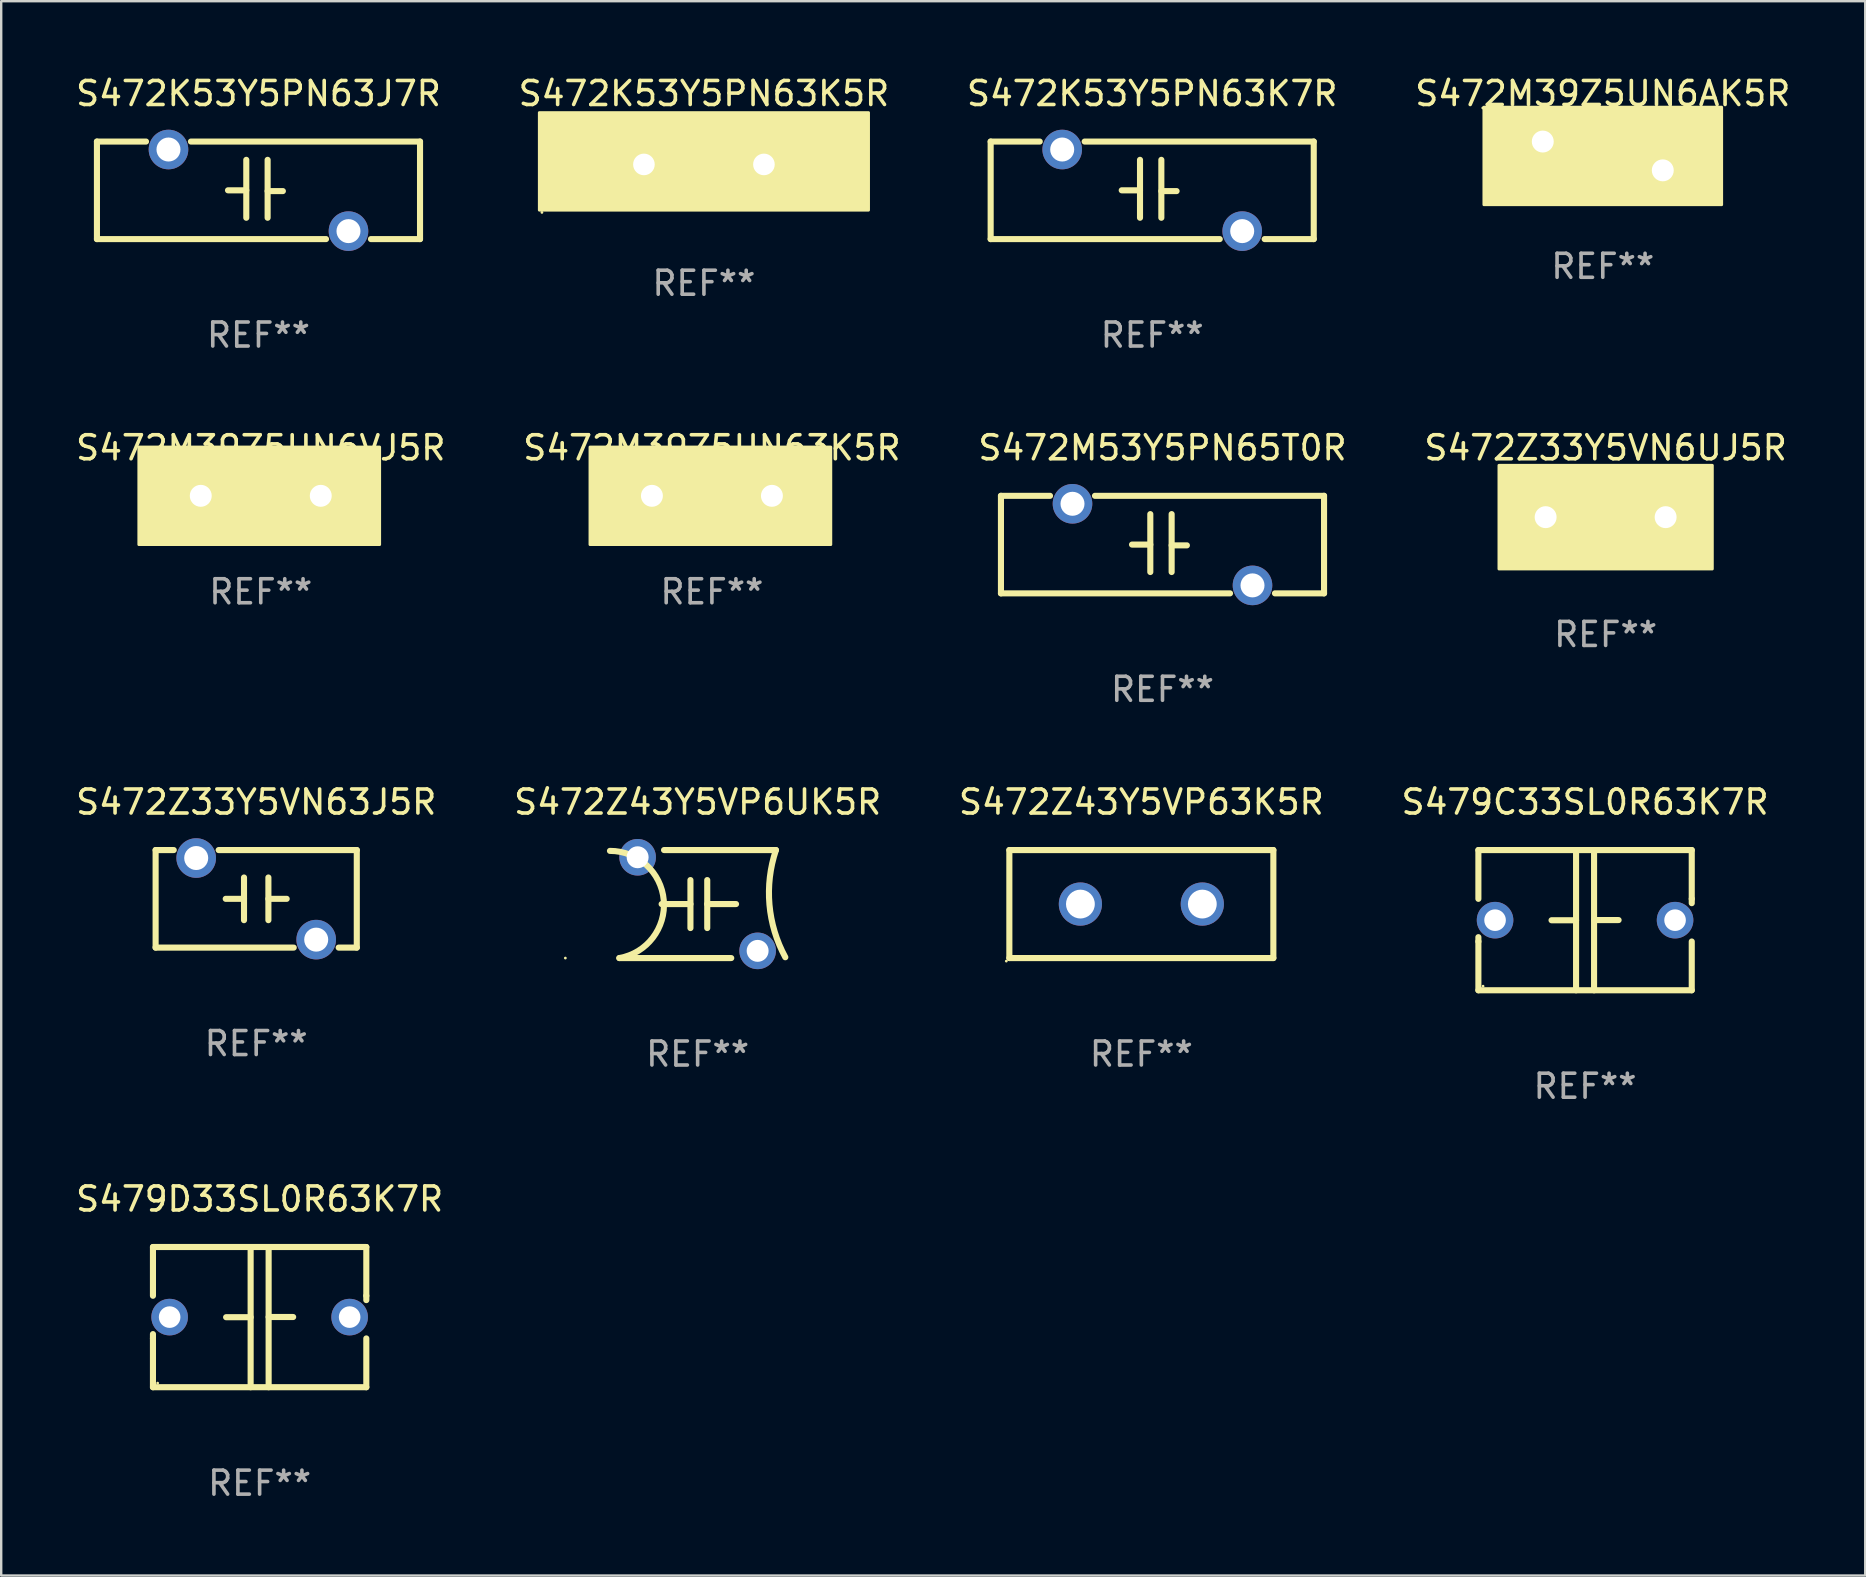
<source format=kicad_pcb>
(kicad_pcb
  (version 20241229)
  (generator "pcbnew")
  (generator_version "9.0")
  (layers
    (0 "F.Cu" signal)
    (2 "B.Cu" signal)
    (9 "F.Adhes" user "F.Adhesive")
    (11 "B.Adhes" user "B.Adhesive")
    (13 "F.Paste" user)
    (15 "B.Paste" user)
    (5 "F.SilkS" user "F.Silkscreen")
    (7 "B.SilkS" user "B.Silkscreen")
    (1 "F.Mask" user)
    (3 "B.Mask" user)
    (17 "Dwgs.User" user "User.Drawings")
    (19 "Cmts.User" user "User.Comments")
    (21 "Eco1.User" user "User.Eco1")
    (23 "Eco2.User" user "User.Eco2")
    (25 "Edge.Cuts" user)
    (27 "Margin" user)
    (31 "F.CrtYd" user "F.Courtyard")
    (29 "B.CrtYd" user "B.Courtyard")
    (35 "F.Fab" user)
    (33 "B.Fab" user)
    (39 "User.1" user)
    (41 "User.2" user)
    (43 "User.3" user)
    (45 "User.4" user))
  (footprint "S472M39Z5UN6VJ5R"
    (layer "F.Cu")
    (at 7.815 17.609)
    (property "Reference" "S472M39Z5UN6VJ5R" (at 0 -2 0) (layer "F.SilkS") (effects (font (size 1 1) (thickness 0.15))))
    (attr through_hole)
    (fp_circle (center -5 2) (end -4.97 2) (stroke (width 0.06) (type solid)) (fill no) (layer "F.SilkS"))
    (fp_poly (pts (xy -5.08 -2.032) (xy 4.953 -2.032) (xy 4.953 2.032) (xy -5.08 2.032)) (stroke (width 0.12) (type solid)) (fill yes) (layer "F.SilkS"))
    (fp_text user "REF**" (at 0 4 0) (layer "F.Fab") (effects (font (size 1 1) (thickness 0.15))))
    (pad "1" thru_hole circle (at -2.5 0) (size 1.524 1.524) (drill 0.914) (layers "*.Cu" "*.Mask"))
    (pad "2" thru_hole circle (at 2.5 0) (size 1.524 1.524) (drill 0.914) (layers "*.Cu" "*.Mask")))
  (footprint "S472M53Y5PN65T0R"
    (layer "F.Cu")
    (at 45.387 19.641)
    (property "Reference" "S472M53Y5PN65T0R" (at 0 -4.032 0) (layer "F.SilkS") (effects (font (size 1 1) (thickness 0.15))))
    (attr through_hole)
    (fp_line (start -6.731 -2.032) (end -4.686 -2.032) (stroke (width 0.254) (type solid)) (layer "F.SilkS"))
    (fp_line (start -6.731 2.032) (end -6.731 -2.032) (stroke (width 0.254) (type solid)) (layer "F.SilkS"))
    (fp_line (start -2.814 -2.032) (end 6.731 -2.032) (stroke (width 0.254) (type solid)) (layer "F.SilkS"))
    (fp_line (start -1.27 0) (end -0.508 0) (stroke (width 0.254) (type solid)) (layer "F.SilkS"))
    (fp_line (start -0.508 1.143) (end -0.508 -1.27) (stroke (width 0.254) (type solid)) (layer "F.SilkS"))
    (fp_line (start 0.381 0.032) (end 1.016 0.032) (stroke (width 0.254) (type solid)) (layer "F.SilkS"))
    (fp_line (start 0.381 1.143) (end 0.381 -1.27) (stroke (width 0.254) (type solid)) (layer "F.SilkS"))
    (fp_line (start 2.814 2.032) (end -6.731 2.032) (stroke (width 0.254) (type solid)) (layer "F.SilkS"))
    (fp_line (start 6.731 -2.032) (end 6.731 2.032) (stroke (width 0.254) (type solid)) (layer "F.SilkS"))
    (fp_line (start 6.731 2.032) (end 4.686 2.032) (stroke (width 0.254) (type solid)) (layer "F.SilkS"))
    (fp_circle (center -6.75 -2) (end -6.72 -2) (stroke (width 0.06) (type solid)) (fill no) (layer "F.SilkS"))
    (fp_text user "REF**" (at 0 6.032 0) (layer "F.Fab") (effects (font (size 1 1) (thickness 0.15))))
    (pad "1" thru_hole circle (at -3.75 -1.7) (size 1.65 1.65) (drill 1) (layers "*.Cu" "*.Mask"))
    (pad "2" thru_hole circle (at 3.75 1.7) (size 1.65 1.65) (drill 1) (layers "*.Cu" "*.Mask")))
  (footprint "S472Z33Y5VN63J5R"
    (layer "F.Cu")
    (at 7.625 34.401)
    (property "Reference" "S472Z33Y5VN63J5R" (at 0 -4.032 0) (layer "F.SilkS") (effects (font (size 1 1) (thickness 0.15))))
    (attr through_hole)
    (fp_line (start -4.191 -2.032) (end -3.436 -2.032) (stroke (width 0.254) (type solid)) (layer "F.SilkS"))
    (fp_line (start -4.191 2.032) (end -4.191 -2.032) (stroke (width 0.254) (type solid)) (layer "F.SilkS"))
    (fp_line (start -1.564 -2.032) (end 4.191 -2.032) (stroke (width 0.254) (type solid)) (layer "F.SilkS"))
    (fp_line (start -0.508 0) (end -1.27 0) (stroke (width 0.254) (type solid)) (layer "F.SilkS"))
    (fp_line (start -0.508 0.889) (end -0.508 -0.889) (stroke (width 0.254) (type solid)) (layer "F.SilkS"))
    (fp_line (start 0.508 -0.889) (end 0.508 0.889) (stroke (width 0.254) (type solid)) (layer "F.SilkS"))
    (fp_line (start 0.508 0) (end 1.27 0) (stroke (width 0.254) (type solid)) (layer "F.SilkS"))
    (fp_line (start 1.564 2.032) (end -4.191 2.032) (stroke (width 0.254) (type solid)) (layer "F.SilkS"))
    (fp_line (start 4.191 -2.032) (end 4.191 2.032) (stroke (width 0.254) (type solid)) (layer "F.SilkS"))
    (fp_line (start 4.191 2.032) (end 3.436 2.032) (stroke (width 0.254) (type solid)) (layer "F.SilkS"))
    (fp_circle (center -4.25 2) (end -4.22 2) (stroke (width 0.06) (type solid)) (fill no) (layer "F.SilkS"))
    (fp_text user "REF**" (at 0 6.032 0) (layer "F.Fab") (effects (font (size 1 1) (thickness 0.15))))
    (pad "1" thru_hole circle (at -2.5 -1.7) (size 1.65 1.65) (drill 1) (layers "*.Cu" "*.Mask"))
    (pad "2" thru_hole circle (at 2.5 1.7) (size 1.65 1.65) (drill 1) (layers "*.Cu" "*.Mask")))
  (footprint "S472K53Y5PN63K5R"
    (layer "F.Cu")
    (at 26.28 3.801)
    (property "Reference" "S472K53Y5PN63K5R" (at 0 -2.953 0) (layer "F.SilkS") (effects (font (size 1 1) (thickness 0.15))))
    (attr through_hole)
    (fp_line (start -0.508 0.000025) (end -1.397 0.000025) (stroke (width 0.254) (type solid)) (layer "F.SilkS"))
    (fp_line (start -0.508 0.953) (end -0.508 -0.953) (stroke (width 0.254) (type solid)) (layer "F.SilkS"))
    (fp_line (start 0.508 -0.953) (end 0.508 0.953) (stroke (width 0.254) (type solid)) (layer "F.SilkS"))
    (fp_line (start 0.508 -0.000025) (end 1.397 -0.000025) (stroke (width 0.254) (type solid)) (layer "F.SilkS"))
    (fp_circle (center -6.75 2) (end -6.72 2) (stroke (width 0.06) (type solid)) (fill no) (layer "F.SilkS"))
    (fp_poly (pts (xy -6.858 -2.159) (xy 6.858 -2.159) (xy 6.858 1.905) (xy -6.858 1.905)) (stroke (width 0.12) (type solid)) (fill yes) (layer "F.SilkS"))
    (fp_text user "REF**" (at 0 4.953 0) (layer "F.Fab") (effects (font (size 1 1) (thickness 0.15))))
    (pad "1" thru_hole circle (at -2.5 0) (size 1.5 1.5) (drill 0.9) (layers "*.Cu" "*.Mask"))
    (pad "2" thru_hole circle (at 2.5 0) (size 1.5 1.5) (drill 0.9) (layers "*.Cu" "*.Mask")))
  (footprint "S472Z43Y5VP6UK5R"
    (layer "F.Cu")
    (at 26.018 34.619)
    (property "Reference" "S472Z43Y5VP6UK5R" (at 0 -4.25 0) (layer "F.SilkS") (effects (font (size 1 1) (thickness 0.15))))
    (attr through_hole)
    (fp_line (start -3.262 2.25) (end 1.4 2.25) (stroke (width 0.254) (type solid)) (layer "F.SilkS"))
    (fp_line (start -1.5 0) (end -0.3 0) (stroke (width 0.254) (type solid)) (layer "F.SilkS"))
    (fp_line (start -0.3 -1) (end -0.3 1) (stroke (width 0.254) (type solid)) (layer "F.SilkS"))
    (fp_line (start 0.4 -1) (end 0.4 1) (stroke (width 0.254) (type solid)) (layer "F.SilkS"))
    (fp_line (start 1.6 0) (end 0.4 0) (stroke (width 0.254) (type solid)) (layer "F.SilkS"))
    (fp_line (start 3.262 -2.25) (end -1.4 -2.25) (stroke (width 0.254) (type solid)) (layer "F.SilkS"))
    (fp_arc (start -3.652909 -2.215824) (mid -1.411448 -0.16182) (end -3.262433 2.250013) (stroke (width 0.254001) (type solid)) (layer "F.SilkS"))
    (fp_arc (start 3.653085 2.215825) (mid 2.992593 0.023597) (end 3.262433 -2.250013) (stroke (width 0.254001) (type solid)) (layer "F.SilkS"))
    (fp_circle (center -5.512 2.25) (end -5.482 2.25) (stroke (width 0.06) (type solid)) (fill no) (layer "F.SilkS"))
    (fp_text user "REF**" (at 0 6.25 0) (layer "F.Fab") (effects (font (size 1 1) (thickness 0.15))))
    (pad "1" thru_hole circle (at -2.5 -1.95) (size 1.524 1.524) (drill 0.914) (layers "*.Cu" "*.Mask"))
    (pad "2" thru_hole circle (at 2.5 1.95) (size 1.524 1.524) (drill 0.914) (layers "*.Cu" "*.Mask")))
  (footprint "S472M39Z5UN6AK5R"
    (layer "F.Cu")
    (at 63.732 3.448)
    (property "Reference" "S472M39Z5UN6AK5R" (at 0 -2.6 0) (layer "F.SilkS") (effects (font (size 1 1) (thickness 0.15))))
    (attr through_hole)
    (fp_circle (center -5 -2) (end -4.97 -2) (stroke (width 0.06) (type solid)) (fill no) (layer "F.SilkS"))
    (fp_poly (pts (xy -4.953 -2.032) (xy 4.953 -2.032) (xy 4.953 2.032) (xy -4.953 2.032)) (stroke (width 0.12) (type solid)) (fill yes) (layer "F.SilkS"))
    (fp_text user "REF**" (at 0 4.6 0) (layer "F.Fab") (effects (font (size 1 1) (thickness 0.15))))
    (pad "1" thru_hole circle (at -2.5 -0.6) (size 1.524 1.524) (drill 0.914) (layers "*.Cu" "*.Mask"))
    (pad "2" thru_hole circle (at 2.5 0.6) (size 1.524 1.524) (drill 0.914) (layers "*.Cu" "*.Mask")))
  (footprint "S472M39Z5UN63K5R"
    (layer "F.Cu")
    (at 26.613 17.609)
    (property "Reference" "S472M39Z5UN63K5R" (at 0 -2 0) (layer "F.SilkS") (effects (font (size 1 1) (thickness 0.15))))
    (attr through_hole)
    (fp_circle (center -5 2) (end -4.97 2) (stroke (width 0.06) (type solid)) (fill no) (layer "F.SilkS"))
    (fp_poly (pts (xy -5.08 -2.032) (xy 4.953 -2.032) (xy 4.953 2.032) (xy -5.08 2.032)) (stroke (width 0.12) (type solid)) (fill yes) (layer "F.SilkS"))
    (fp_text user "REF**" (at 0 4 0) (layer "F.Fab") (effects (font (size 1 1) (thickness 0.15))))
    (pad "1" thru_hole circle (at -2.5 0) (size 1.524 1.524) (drill 0.914) (layers "*.Cu" "*.Mask"))
    (pad "2" thru_hole circle (at 2.5 0) (size 1.524 1.524) (drill 0.914) (layers "*.Cu" "*.Mask")))
  (footprint "S472Z43Y5VP63K5R"
    (layer "F.Cu")
    (at 44.506 34.619)
    (property "Reference" "S472Z43Y5VP63K5R" (at 0 -4.25 0) (layer "F.SilkS") (effects (font (size 1 1) (thickness 0.15))))
    (attr through_hole)
    (fp_line (start -5.5 -2.25) (end 5.5 -2.25) (stroke (width 0.254) (type solid)) (layer "F.SilkS"))
    (fp_line (start -5.5 2.25) (end -5.5 -2.25) (stroke (width 0.254) (type solid)) (layer "F.SilkS"))
    (fp_line (start 5.5 -2.25) (end 5.5 2.25) (stroke (width 0.254) (type solid)) (layer "F.SilkS"))
    (fp_line (start 5.5 2.25) (end -5.5 2.25) (stroke (width 0.254) (type solid)) (layer "F.SilkS"))
    (fp_circle (center -5.627 2.377) (end -5.597 2.377) (stroke (width 0.06) (type solid)) (fill no) (layer "F.SilkS"))
    (fp_text user "REF**" (at 0 6.25 0) (layer "F.Fab") (effects (font (size 1 1) (thickness 0.15))))
    (pad "1" thru_hole circle (at -2.54 0) (size 1.8 1.8) (drill 1.2) (layers "*.Cu" "*.Mask"))
    (pad "2" thru_hole circle (at 2.54 0) (size 1.8 1.8) (drill 1.2) (layers "*.Cu" "*.Mask")))
  (footprint "S479C33SL0R63K7R"
    (layer "F.Cu")
    (at 62.994 35.29)
    (property "Reference" "S479C33SL0R63K7R" (at 0 -4.921 0) (layer "F.SilkS") (effects (font (size 1 1) (thickness 0.15))))
    (attr through_hole)
    (fp_line (start -4.445 -2.921) (end 4.445 -2.921) (stroke (width 0.254) (type solid)) (layer "F.SilkS"))
    (fp_line (start -4.445 -0.889) (end -4.445 -2.921) (stroke (width 0.254) (type solid)) (layer "F.SilkS"))
    (fp_line (start -4.445 0.889) (end -4.445 0.708) (stroke (width 0.254) (type solid)) (layer "F.SilkS"))
    (fp_line (start -4.445 2.921) (end -4.445 0.889) (stroke (width 0.254) (type solid)) (layer "F.SilkS"))
    (fp_line (start -0.375 0.004) (end -1.397 0.004) (stroke (width 0.254) (type solid)) (layer "F.SilkS"))
    (fp_line (start -0.375 2.921) (end -0.375 -2.921) (stroke (width 0.254) (type solid)) (layer "F.SilkS"))
    (fp_line (start 0.375 -2.921) (end 0.375 2.921) (stroke (width 0.254) (type solid)) (layer "F.SilkS"))
    (fp_line (start 0.375 -0.004) (end 1.397 -0.004) (stroke (width 0.254) (type solid)) (layer "F.SilkS"))
    (fp_line (start 4.445 -2.921) (end 4.445 -0.889) (stroke (width 0.254) (type solid)) (layer "F.SilkS"))
    (fp_line (start 4.445 -0.889) (end 4.445 -0.708) (stroke (width 0.254) (type solid)) (layer "F.SilkS"))
    (fp_line (start 4.445 0.889) (end 4.445 2.921) (stroke (width 0.254) (type solid)) (layer "F.SilkS"))
    (fp_line (start 4.445 2.921) (end -4.445 2.921) (stroke (width 0.254) (type solid)) (layer "F.SilkS"))
    (fp_circle (center -4.25 2.75) (end -4.22 2.75) (stroke (width 0.06) (type solid)) (fill no) (layer "F.SilkS"))
    (fp_text user "REF**" (at 0 6.921 0) (layer "F.Fab") (effects (font (size 1 1) (thickness 0.15))))
    (pad "1" thru_hole circle (at -3.75 0) (size 1.524 1.524) (drill 0.9) (layers "*.Cu" "*.Mask"))
    (pad "2" thru_hole circle (at 3.75 0) (size 1.524 1.524) (drill 0.9) (layers "*.Cu" "*.Mask")))
  (footprint "S472Z33Y5VN6UJ5R"
    (layer "F.Cu")
    (at 63.851 18.498)
    (property "Reference" "S472Z33Y5VN6UJ5R" (at 0 -2.889 0) (layer "F.SilkS") (effects (font (size 1 1) (thickness 0.15))))
    (attr through_hole)
    (fp_line (start -0.508 0) (end -1.27 0) (stroke (width 0.254) (type solid)) (layer "F.SilkS"))
    (fp_line (start -0.508 0.889) (end -0.508 -0.889) (stroke (width 0.254) (type solid)) (layer "F.SilkS"))
    (fp_line (start 0.508 -0.889) (end 0.508 0.889) (stroke (width 0.254) (type solid)) (layer "F.SilkS"))
    (fp_line (start 0.508 0) (end 1.27 0) (stroke (width 0.254) (type solid)) (layer "F.SilkS"))
    (fp_circle (center -4.25 2) (end -4.22 2) (stroke (width 0.06) (type solid)) (fill no) (layer "F.SilkS"))
    (fp_poly (pts (xy -4.445 -2.159) (xy 4.445 -2.159) (xy 4.445 2.159) (xy -4.445 2.159)) (stroke (width 0.12) (type solid)) (fill yes) (layer "F.SilkS"))
    (fp_text user "REF**" (at 0 4.889 0) (layer "F.Fab") (effects (font (size 1 1) (thickness 0.15))))
    (pad "1" thru_hole circle (at -2.5 0) (size 1.524 1.524) (drill 0.914) (layers "*.Cu" "*.Mask"))
    (pad "2" thru_hole circle (at 2.5 0) (size 1.524 1.524) (drill 0.914) (layers "*.Cu" "*.Mask")))
  (footprint "S472K53Y5PN63K7R"
    (layer "F.Cu")
    (at 44.958 4.88)
    (property "Reference" "S472K53Y5PN63K7R" (at 0 -4.032 0) (layer "F.SilkS") (effects (font (size 1 1) (thickness 0.15))))
    (attr through_hole)
    (fp_line (start -6.731 -2.032) (end -4.686 -2.032) (stroke (width 0.254) (type solid)) (layer "F.SilkS"))
    (fp_line (start -6.731 2.032) (end -6.731 -2.032) (stroke (width 0.254) (type solid)) (layer "F.SilkS"))
    (fp_line (start -2.814 -2.032) (end 6.731 -2.032) (stroke (width 0.254) (type solid)) (layer "F.SilkS"))
    (fp_line (start -1.27 0) (end -0.508 0) (stroke (width 0.254) (type solid)) (layer "F.SilkS"))
    (fp_line (start -0.508 1.143) (end -0.508 -1.27) (stroke (width 0.254) (type solid)) (layer "F.SilkS"))
    (fp_line (start 0.381 0.032) (end 1.016 0.032) (stroke (width 0.254) (type solid)) (layer "F.SilkS"))
    (fp_line (start 0.381 1.143) (end 0.381 -1.27) (stroke (width 0.254) (type solid)) (layer "F.SilkS"))
    (fp_line (start 2.814 2.032) (end -6.731 2.032) (stroke (width 0.254) (type solid)) (layer "F.SilkS"))
    (fp_line (start 6.731 -2.032) (end 6.731 2.032) (stroke (width 0.254) (type solid)) (layer "F.SilkS"))
    (fp_line (start 6.731 2.032) (end 4.686 2.032) (stroke (width 0.254) (type solid)) (layer "F.SilkS"))
    (fp_circle (center -6.75 -2) (end -6.72 -2) (stroke (width 0.06) (type solid)) (fill no) (layer "F.SilkS"))
    (fp_text user "REF**" (at 0 6.032 0) (layer "F.Fab") (effects (font (size 1 1) (thickness 0.15))))
    (pad "1" thru_hole circle (at -3.75 -1.7) (size 1.65 1.65) (drill 1) (layers "*.Cu" "*.Mask"))
    (pad "2" thru_hole circle (at 3.75 1.7) (size 1.65 1.65) (drill 1) (layers "*.Cu" "*.Mask")))
  (footprint "S479D33SL0R63K7R"
    (layer "F.Cu")
    (at 7.768 51.829)
    (property "Reference" "S479D33SL0R63K7R" (at 0 -4.921 0) (layer "F.SilkS") (effects (font (size 1 1) (thickness 0.15))))
    (attr through_hole)
    (fp_line (start -4.445 -2.921) (end 4.445 -2.921) (stroke (width 0.254) (type solid)) (layer "F.SilkS"))
    (fp_line (start -4.445 -0.889) (end -4.445 -2.921) (stroke (width 0.254) (type solid)) (layer "F.SilkS"))
    (fp_line (start -4.445 0.889) (end -4.445 0.708) (stroke (width 0.254) (type solid)) (layer "F.SilkS"))
    (fp_line (start -4.445 2.921) (end -4.445 0.889) (stroke (width 0.254) (type solid)) (layer "F.SilkS"))
    (fp_line (start -0.375 0.004) (end -1.397 0.004) (stroke (width 0.254) (type solid)) (layer "F.SilkS"))
    (fp_line (start -0.375 2.921) (end -0.375 -2.921) (stroke (width 0.254) (type solid)) (layer "F.SilkS"))
    (fp_line (start 0.375 -2.921) (end 0.375 2.921) (stroke (width 0.254) (type solid)) (layer "F.SilkS"))
    (fp_line (start 0.375 -0.004) (end 1.397 -0.004) (stroke (width 0.254) (type solid)) (layer "F.SilkS"))
    (fp_line (start 4.445 -2.921) (end 4.445 -0.889) (stroke (width 0.254) (type solid)) (layer "F.SilkS"))
    (fp_line (start 4.445 -0.889) (end 4.445 -0.708) (stroke (width 0.254) (type solid)) (layer "F.SilkS"))
    (fp_line (start 4.445 0.889) (end 4.445 2.921) (stroke (width 0.254) (type solid)) (layer "F.SilkS"))
    (fp_line (start 4.445 2.921) (end -4.445 2.921) (stroke (width 0.254) (type solid)) (layer "F.SilkS"))
    (fp_circle (center -4.25 2.75) (end -4.22 2.75) (stroke (width 0.06) (type solid)) (fill no) (layer "F.SilkS"))
    (fp_text user "REF**" (at 0 6.921 0) (layer "F.Fab") (effects (font (size 1 1) (thickness 0.15))))
    (pad "1" thru_hole circle (at -3.75 0) (size 1.524 1.524) (drill 0.9) (layers "*.Cu" "*.Mask"))
    (pad "2" thru_hole circle (at 3.75 0) (size 1.524 1.524) (drill 0.9) (layers "*.Cu" "*.Mask")))
  (footprint "S472K53Y5PN63J7R"
    (layer "F.Cu")
    (at 7.72 4.88)
    (property "Reference" "S472K53Y5PN63J7R" (at 0 -4.032 0) (layer "F.SilkS") (effects (font (size 1 1) (thickness 0.15))))
    (attr through_hole)
    (fp_line (start -6.731 -2.032) (end -4.686 -2.032) (stroke (width 0.254) (type solid)) (layer "F.SilkS"))
    (fp_line (start -6.731 2.032) (end -6.731 -2.032) (stroke (width 0.254) (type solid)) (layer "F.SilkS"))
    (fp_line (start -2.814 -2.032) (end 6.731 -2.032) (stroke (width 0.254) (type solid)) (layer "F.SilkS"))
    (fp_line (start -1.27 0) (end -0.508 0) (stroke (width 0.254) (type solid)) (layer "F.SilkS"))
    (fp_line (start -0.508 1.143) (end -0.508 -1.27) (stroke (width 0.254) (type solid)) (layer "F.SilkS"))
    (fp_line (start 0.381 0.032) (end 1.016 0.032) (stroke (width 0.254) (type solid)) (layer "F.SilkS"))
    (fp_line (start 0.381 1.143) (end 0.381 -1.27) (stroke (width 0.254) (type solid)) (layer "F.SilkS"))
    (fp_line (start 2.814 2.032) (end -6.731 2.032) (stroke (width 0.254) (type solid)) (layer "F.SilkS"))
    (fp_line (start 6.731 -2.032) (end 6.731 2.032) (stroke (width 0.254) (type solid)) (layer "F.SilkS"))
    (fp_line (start 6.731 2.032) (end 4.686 2.032) (stroke (width 0.254) (type solid)) (layer "F.SilkS"))
    (fp_circle (center -6.75 -2) (end -6.72 -2) (stroke (width 0.06) (type solid)) (fill no) (layer "F.SilkS"))
    (fp_text user "REF**" (at 0 6.032 0) (layer "F.Fab") (effects (font (size 1 1) (thickness 0.15))))
    (pad "1" thru_hole circle (at -3.75 -1.7) (size 1.65 1.65) (drill 1) (layers "*.Cu" "*.Mask"))
    (pad "2" thru_hole circle (at 3.75 1.7) (size 1.65 1.65) (drill 1) (layers "*.Cu" "*.Mask")))
  (gr_rect
    (start -3 -3)
    (end 74.667 62.598)
    (stroke (width 0.1) (type default))
    (fill no)
    (layer "Edge.Cuts")))
</source>
